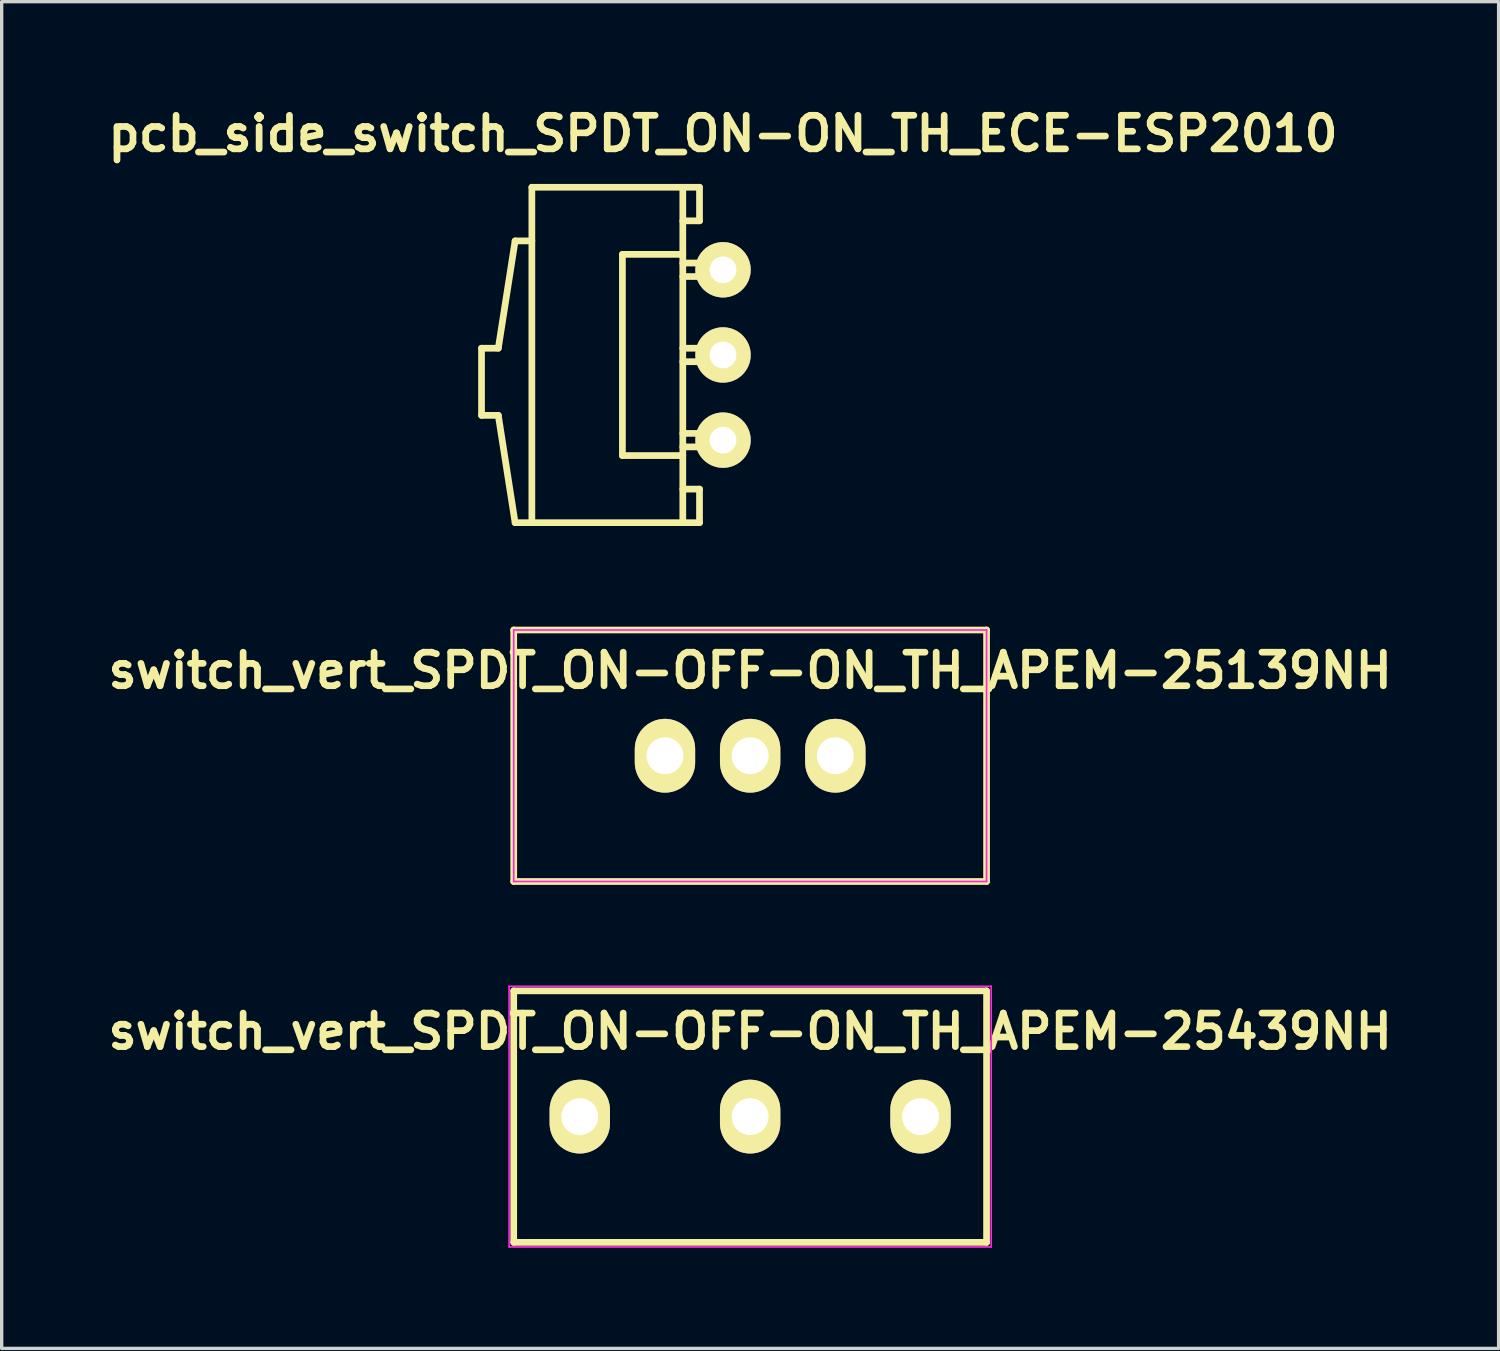
<source format=kicad_pcb>
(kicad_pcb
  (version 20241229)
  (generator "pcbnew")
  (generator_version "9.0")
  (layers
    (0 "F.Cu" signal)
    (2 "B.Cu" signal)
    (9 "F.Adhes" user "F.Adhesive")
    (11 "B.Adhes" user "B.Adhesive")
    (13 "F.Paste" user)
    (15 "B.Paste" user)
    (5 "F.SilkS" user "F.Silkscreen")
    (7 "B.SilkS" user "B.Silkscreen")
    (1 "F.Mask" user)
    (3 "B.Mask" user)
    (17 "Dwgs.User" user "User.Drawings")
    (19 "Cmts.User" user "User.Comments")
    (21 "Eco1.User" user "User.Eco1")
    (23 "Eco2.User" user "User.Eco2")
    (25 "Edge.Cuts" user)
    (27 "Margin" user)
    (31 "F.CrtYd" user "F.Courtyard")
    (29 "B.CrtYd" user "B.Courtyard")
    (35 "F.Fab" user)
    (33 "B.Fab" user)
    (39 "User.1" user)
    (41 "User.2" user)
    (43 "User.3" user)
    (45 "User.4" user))
  (footprint "switch_vert_SPDT_ON-OFF-ON_TH_APEM-25139NH"
    (layer "F.Cu")
    (at 19.319 19.486)
    (property "Reference" "switch_vert_SPDT_ON-OFF-ON_TH_APEM-25139NH" (at 0 -2.54 0) (layer "F.SilkS") (effects (font (size 1 1) (thickness 0.2))))
    (attr through_hole)
    (fp_line (start -7.05 -3.75) (end 7.05 -3.75) (stroke (width 0.2) (type solid)) (layer "F.SilkS"))
    (fp_line (start -7.05 3.75) (end -7.05 -3.75) (stroke (width 0.2) (type solid)) (layer "F.SilkS"))
    (fp_line (start 7.05 -3.75) (end 7.05 3.75) (stroke (width 0.2) (type solid)) (layer "F.SilkS"))
    (fp_line (start 7.05 3.75) (end -7.05 3.75) (stroke (width 0.2) (type solid)) (layer "F.SilkS"))
    (fp_line (start -7.05 -3.75) (end 7.05 -3.75) (stroke (width 0.05) (type solid)) (layer "F.CrtYd"))
    (fp_line (start -7.05 3.75) (end -7.05 -3.75) (stroke (width 0.05) (type solid)) (layer "F.CrtYd"))
    (fp_line (start 7.05 -3.75) (end 7.05 3.75) (stroke (width 0.05) (type solid)) (layer "F.CrtYd"))
    (fp_line (start 7.05 3.75) (end -7.05 3.75) (stroke (width 0.05) (type solid)) (layer "F.CrtYd"))
    (pad "1" thru_hole oval (at -2.54 0) (size 1.8 2.2) (drill 1.1) (layers "*.Cu" "*.Mask" "F.SilkS"))
    (pad "2" thru_hole oval (at 0 0) (size 1.8 2.2) (drill 1.1) (layers "*.Cu" "*.Mask" "F.SilkS"))
    (pad "3" thru_hole oval (at 2.54 0) (size 1.8 2.2) (drill 1.1) (layers "*.Cu" "*.Mask" "F.SilkS")))
  (footprint "pcb_side_switch_SPDT_ON-ON_TH_ECE-ESP2010"
    (layer "F.Cu")
    (at 18.51 7.535)
    (property "Reference" "pcb_side_switch_SPDT_ON-ON_TH_ECE-ESP2010" (at 0 -6.599 0) (layer "F.SilkS") (effects (font (size 1 1) (thickness 0.2))))
    (attr through_hole)
    (fp_line (start -7.201 -0.201) (end -7.201 1.801) (stroke (width 0.2) (type solid)) (layer "F.SilkS"))
    (fp_line (start -7.201 -0.201) (end -6.701 -0.201) (stroke (width 0.2) (type solid)) (layer "F.SilkS"))
    (fp_line (start -7.201 1.801) (end -6.701 1.801) (stroke (width 0.2) (type solid)) (layer "F.SilkS"))
    (fp_line (start -6.701 -0.201) (end -6.2 -3.401) (stroke (width 0.2) (type solid)) (layer "F.SilkS"))
    (fp_line (start -6.701 1.801) (end -6.2 5.001) (stroke (width 0.2) (type solid)) (layer "F.SilkS"))
    (fp_line (start -6.2 -3.401) (end -5.7 -3.401) (stroke (width 0.2) (type solid)) (layer "F.SilkS"))
    (fp_line (start -6.2 5.001) (end -5.7 5.001) (stroke (width 0.2) (type solid)) (layer "F.SilkS"))
    (fp_line (start -5.7 -5.001) (end -5.7 5.001) (stroke (width 0.2) (type solid)) (layer "F.SilkS"))
    (fp_line (start -5.7 5.001) (end -0.701 5.001) (stroke (width 0.2) (type solid)) (layer "F.SilkS"))
    (fp_line (start -3 -3) (end -3 3) (stroke (width 0.2) (type solid)) (layer "F.SilkS"))
    (fp_line (start -3 -3) (end -1.199 -3) (stroke (width 0.2) (type solid)) (layer "F.SilkS"))
    (fp_line (start -3 3) (end -1.199 3) (stroke (width 0.2) (type solid)) (layer "F.SilkS"))
    (fp_line (start -1.199 -5.001) (end -1.199 5.001) (stroke (width 0.2) (type solid)) (layer "F.SilkS"))
    (fp_line (start -0.701 -5.001) (end -5.7 -5.001) (stroke (width 0.2) (type solid)) (layer "F.SilkS"))
    (fp_line (start -0.701 -5.001) (end -0.701 -4) (stroke (width 0.2) (type solid)) (layer "F.SilkS"))
    (fp_line (start -0.701 -4) (end -1.199 -4) (stroke (width 0.2) (type solid)) (layer "F.SilkS"))
    (fp_line (start -0.701 4) (end -1.199 4) (stroke (width 0.2) (type solid)) (layer "F.SilkS"))
    (fp_line (start -0.701 5.001) (end -0.701 4) (stroke (width 0.2) (type solid)) (layer "F.SilkS"))
    (fp_line (start 0.201 -2.741) (end -1.199 -2.741) (stroke (width 0.2) (type solid)) (layer "F.SilkS"))
    (fp_line (start 0.201 -2.339) (end -1.199 -2.339) (stroke (width 0.2) (type solid)) (layer "F.SilkS"))
    (fp_line (start 0.201 -2.339) (end 0.201 -2.741) (stroke (width 0.2) (type solid)) (layer "F.SilkS"))
    (fp_line (start 0.201 -0.201) (end -1.199 -0.201) (stroke (width 0.2) (type solid)) (layer "F.SilkS"))
    (fp_line (start 0.201 -0.201) (end 0.201 0.201) (stroke (width 0.2) (type solid)) (layer "F.SilkS"))
    (fp_line (start 0.201 0.201) (end -1.199 0.201) (stroke (width 0.2) (type solid)) (layer "F.SilkS"))
    (fp_line (start 0.201 2.339) (end -1.199 2.339) (stroke (width 0.2) (type solid)) (layer "F.SilkS"))
    (fp_line (start 0.201 2.339) (end 0.201 2.741) (stroke (width 0.2) (type solid)) (layer "F.SilkS"))
    (fp_line (start 0.201 2.741) (end -1.199 2.741) (stroke (width 0.2) (type solid)) (layer "F.SilkS"))
    (pad "1" thru_hole circle (at 0 2.54) (size 1.651 1.651) (drill 0.8) (layers "*.Cu" "*.Mask" "F.SilkS"))
    (pad "2" thru_hole circle (at 0 0) (size 1.651 1.651) (drill 0.8) (layers "*.Cu" "*.Mask" "F.SilkS"))
    (pad "3" thru_hole circle (at 0 -2.54) (size 1.651 1.651) (drill 0.8) (layers "*.Cu" "*.Mask" "F.SilkS")))
  (footprint "switch_vert_SPDT_ON-OFF-ON_TH_APEM-25439NH"
    (layer "F.Cu")
    (at 19.319 30.247)
    (property "Reference" "switch_vert_SPDT_ON-OFF-ON_TH_APEM-25439NH" (at 0 -2.54 0) (layer "F.SilkS") (effects (font (size 1 1) (thickness 0.2))))
    (attr through_hole)
    (fp_line (start -7.05 -3.75) (end 7.05 -3.75) (stroke (width 0.2) (type solid)) (layer "F.SilkS"))
    (fp_line (start -7.05 3.75) (end -7.05 -3.75) (stroke (width 0.2) (type solid)) (layer "F.SilkS"))
    (fp_line (start 7.05 -3.75) (end 7.05 3.75) (stroke (width 0.2) (type solid)) (layer "F.SilkS"))
    (fp_line (start 7.05 3.75) (end -7.05 3.75) (stroke (width 0.2) (type solid)) (layer "F.SilkS"))
    (fp_line (start -7.188 -3.886) (end 7.188 -3.886) (stroke (width 0.05) (type solid)) (layer "F.CrtYd"))
    (fp_line (start -7.188 3.886) (end -7.188 -3.886) (stroke (width 0.05) (type solid)) (layer "F.CrtYd"))
    (fp_line (start 7.188 -3.886) (end 7.188 3.886) (stroke (width 0.05) (type solid)) (layer "F.CrtYd"))
    (fp_line (start 7.188 3.886) (end -7.188 3.886) (stroke (width 0.05) (type solid)) (layer "F.CrtYd"))
    (pad "1" thru_hole oval (at -5.08 0) (size 1.8 2.2) (drill 1.1) (layers "*.Cu" "*.Mask" "F.SilkS"))
    (pad "2" thru_hole oval (at 0 0) (size 1.8 2.2) (drill 1.1) (layers "*.Cu" "*.Mask" "F.SilkS"))
    (pad "3" thru_hole oval (at 5.08 0) (size 1.8 2.2) (drill 1.1) (layers "*.Cu" "*.Mask" "F.SilkS")))
  (gr_rect
    (start -3 -3)
    (end 41.638 37.159)
    (stroke (width 0.1) (type default))
    (fill no)
    (layer "Edge.Cuts")))
</source>
